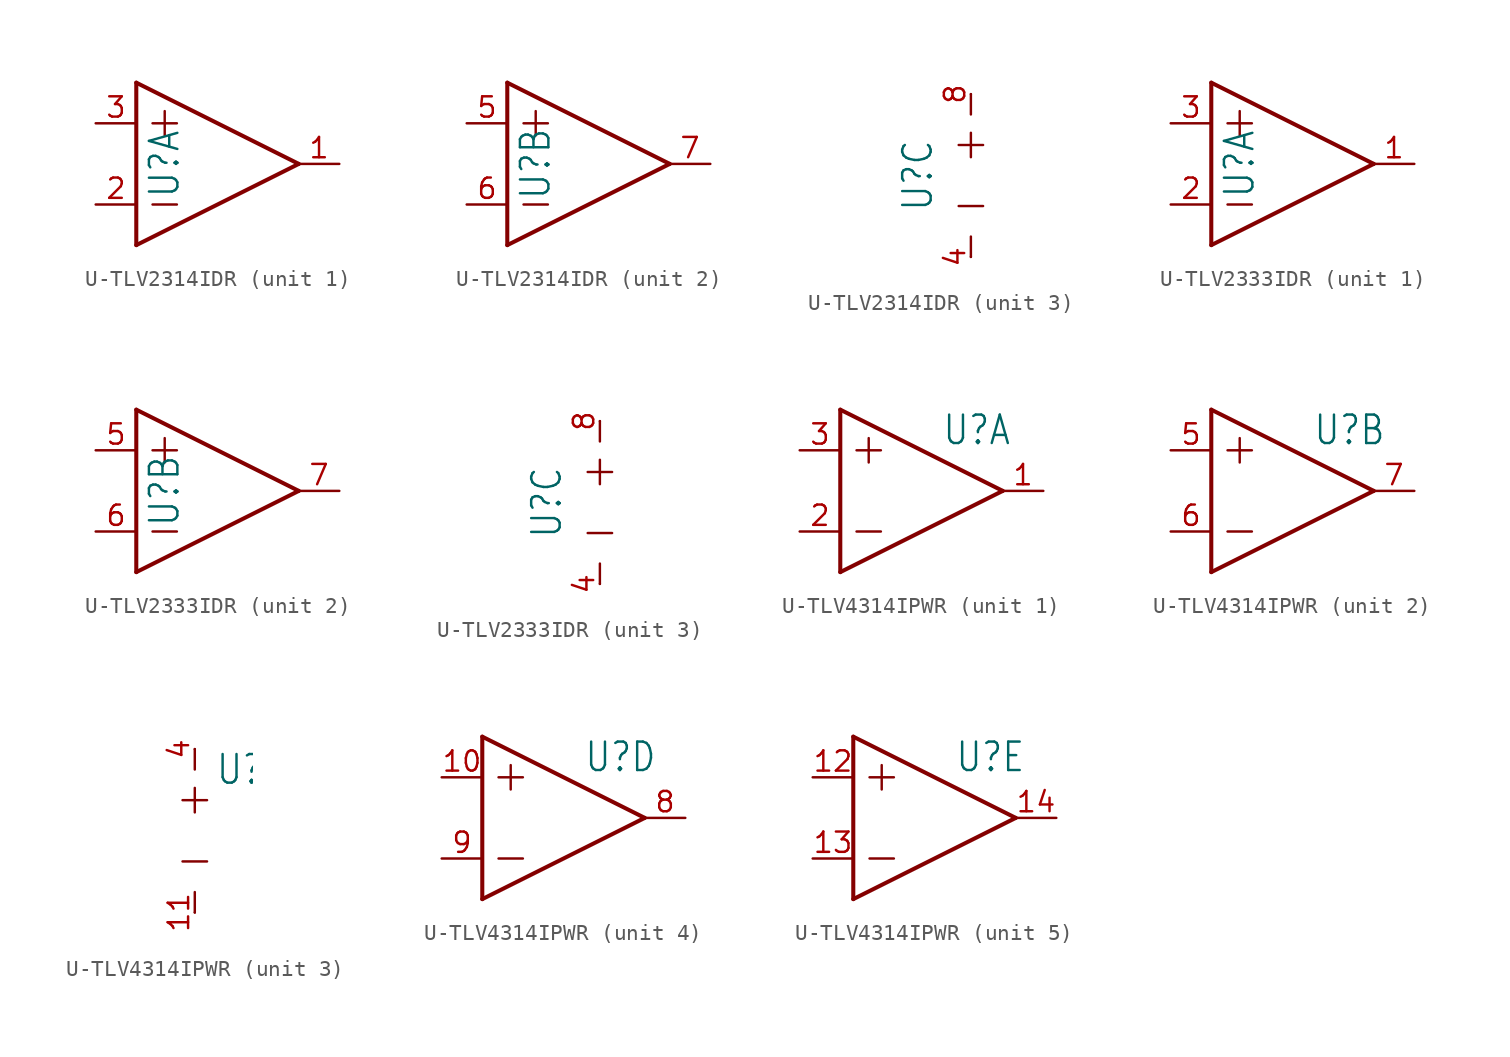
<source format=kicad_sym>
(kicad_symbol_lib
  (version 20231120)
  (generator "kicad_symbol_editor")
  (generator_version "8.0")
  (symbol "U-TLV2314IDR"
    (property "Reference" "U"
      (at -2.286 0 90)
      (effects (font (size 1.778 1.511)) (justify bottom)))
    (property "ki_locked" ""
      (at 0 0 0)
      (effects (font (size 1.27 1.27))))
    (symbol "U-TLV2314IDR_1_0"
      (polyline (pts (xy -5.08 -5.08) (xy 5.08 0)) (stroke (width 0.254) (type solid)) (fill (type none)))
      (polyline (pts (xy -5.08 5.08) (xy -5.08 -5.08)) (stroke (width 0.254) (type solid)) (fill (type none)))
      (polyline (pts (xy -4.064 -2.54) (xy -2.54 -2.54)) (stroke (width 0.152) (type solid)) (fill (type none)))
      (polyline (pts (xy -4.064 2.54) (xy -2.54 2.54)) (stroke (width 0.152) (type solid)) (fill (type none)))
      (polyline (pts (xy -3.302 3.302) (xy -3.302 1.778)) (stroke (width 0.152) (type solid)) (fill (type none)))
      (polyline (pts (xy 5.08 0) (xy -5.08 5.08)) (stroke (width 0.254) (type solid)) (fill (type none)))
      (pin passive line (at 7.62 0 180) (length 2.54) (name "OUT" (effects (font (size 0 0)))) (number "1" (effects (font (size 1.27 1.27)))))
      (pin passive line (at -7.62 -2.54 0) (length 2.54) (name "IN-" (effects (font (size 0 0)))) (number "2" (effects (font (size 1.27 1.27)))))
      (pin passive line (at -7.62 2.54 0) (length 2.54) (name "IN+" (effects (font (size 0 0)))) (number "3" (effects (font (size 1.27 1.27))))))
    (symbol "U-TLV2314IDR_2_0"
      (polyline (pts (xy -5.08 -5.08) (xy 5.08 0)) (stroke (width 0.254) (type solid)) (fill (type none)))
      (polyline (pts (xy -5.08 5.08) (xy -5.08 -5.08)) (stroke (width 0.254) (type solid)) (fill (type none)))
      (polyline (pts (xy -4.064 -2.54) (xy -2.54 -2.54)) (stroke (width 0.152) (type solid)) (fill (type none)))
      (polyline (pts (xy -4.064 2.54) (xy -2.54 2.54)) (stroke (width 0.152) (type solid)) (fill (type none)))
      (polyline (pts (xy -3.302 3.302) (xy -3.302 1.778)) (stroke (width 0.152) (type solid)) (fill (type none)))
      (polyline (pts (xy 5.08 0) (xy -5.08 5.08)) (stroke (width 0.254) (type solid)) (fill (type none)))
      (pin passive line (at -7.62 2.54 0) (length 2.54) (name "IN+" (effects (font (size 0 0)))) (number "5" (effects (font (size 1.27 1.27)))))
      (pin passive line (at -7.62 -2.54 0) (length 2.54) (name "IN-" (effects (font (size 0 0)))) (number "6" (effects (font (size 1.27 1.27)))))
      (pin passive line (at 7.62 0 180) (length 2.54) (name "OUT" (effects (font (size 0 0)))) (number "7" (effects (font (size 1.27 1.27))))))
    (symbol "U-TLV2314IDR_3_0"
      (polyline (pts (xy -0.762 -1.905) (xy 0.762 -1.905)) (stroke (width 0.152) (type solid)) (fill (type none)))
      (polyline (pts (xy -0.762 1.905) (xy 0.762 1.905)) (stroke (width 0.152) (type solid)) (fill (type none)))
      (polyline (pts (xy 0 -5.08) (xy 0 -3.81)) (stroke (width 0.152) (type solid)) (fill (type none)))
      (polyline (pts (xy 0 2.667) (xy 0 1.143)) (stroke (width 0.152) (type solid)) (fill (type none)))
      (polyline (pts (xy 0 5.08) (xy 0 3.81)) (stroke (width 0.152) (type solid)) (fill (type none)))
      (pin passive line (at 0 -5.08 90) (length 0) (name "V-" (effects (font (size 0 0)))) (number "4" (effects (font (size 1.27 1.27)))))
      (pin passive line (at 0 5.08 270) (length 0) (name "V+" (effects (font (size 0 0)))) (number "8" (effects (font (size 1.27 1.27)))))))
  (symbol "U-TLV2333IDR"
    (property "Reference" "U"
      (at -2.286 0 90)
      (effects (font (size 1.778 1.511)) (justify bottom)))
    (property "ki_locked" ""
      (at 0 0 0)
      (effects (font (size 1.27 1.27))))
    (symbol "U-TLV2333IDR_1_0"
      (polyline (pts (xy -5.08 -5.08) (xy 5.08 0)) (stroke (width 0.254) (type solid)) (fill (type none)))
      (polyline (pts (xy -5.08 5.08) (xy -5.08 -5.08)) (stroke (width 0.254) (type solid)) (fill (type none)))
      (polyline (pts (xy -4.064 -2.54) (xy -2.54 -2.54)) (stroke (width 0.152) (type solid)) (fill (type none)))
      (polyline (pts (xy -4.064 2.54) (xy -2.54 2.54)) (stroke (width 0.152) (type solid)) (fill (type none)))
      (polyline (pts (xy -3.302 3.302) (xy -3.302 1.778)) (stroke (width 0.152) (type solid)) (fill (type none)))
      (polyline (pts (xy 5.08 0) (xy -5.08 5.08)) (stroke (width 0.254) (type solid)) (fill (type none)))
      (pin passive line (at 7.62 0 180) (length 2.54) (name "OUT" (effects (font (size 0 0)))) (number "1" (effects (font (size 1.27 1.27)))))
      (pin passive line (at -7.62 -2.54 0) (length 2.54) (name "IN-" (effects (font (size 0 0)))) (number "2" (effects (font (size 1.27 1.27)))))
      (pin passive line (at -7.62 2.54 0) (length 2.54) (name "IN+" (effects (font (size 0 0)))) (number "3" (effects (font (size 1.27 1.27))))))
    (symbol "U-TLV2333IDR_2_0"
      (polyline (pts (xy -5.08 -5.08) (xy 5.08 0)) (stroke (width 0.254) (type solid)) (fill (type none)))
      (polyline (pts (xy -5.08 5.08) (xy -5.08 -5.08)) (stroke (width 0.254) (type solid)) (fill (type none)))
      (polyline (pts (xy -4.064 -2.54) (xy -2.54 -2.54)) (stroke (width 0.152) (type solid)) (fill (type none)))
      (polyline (pts (xy -4.064 2.54) (xy -2.54 2.54)) (stroke (width 0.152) (type solid)) (fill (type none)))
      (polyline (pts (xy -3.302 3.302) (xy -3.302 1.778)) (stroke (width 0.152) (type solid)) (fill (type none)))
      (polyline (pts (xy 5.08 0) (xy -5.08 5.08)) (stroke (width 0.254) (type solid)) (fill (type none)))
      (pin passive line (at -7.62 2.54 0) (length 2.54) (name "IN+" (effects (font (size 0 0)))) (number "5" (effects (font (size 1.27 1.27)))))
      (pin passive line (at -7.62 -2.54 0) (length 2.54) (name "IN-" (effects (font (size 0 0)))) (number "6" (effects (font (size 1.27 1.27)))))
      (pin passive line (at 7.62 0 180) (length 2.54) (name "OUT" (effects (font (size 0 0)))) (number "7" (effects (font (size 1.27 1.27))))))
    (symbol "U-TLV2333IDR_3_0"
      (polyline (pts (xy -0.762 -1.905) (xy 0.762 -1.905)) (stroke (width 0.152) (type solid)) (fill (type none)))
      (polyline (pts (xy -0.762 1.905) (xy 0.762 1.905)) (stroke (width 0.152) (type solid)) (fill (type none)))
      (polyline (pts (xy 0 -5.08) (xy 0 -3.81)) (stroke (width 0.152) (type solid)) (fill (type none)))
      (polyline (pts (xy 0 2.667) (xy 0 1.143)) (stroke (width 0.152) (type solid)) (fill (type none)))
      (polyline (pts (xy 0 5.08) (xy 0 3.81)) (stroke (width 0.152) (type solid)) (fill (type none)))
      (pin passive line (at 0 -5.08 90) (length 0) (name "V-" (effects (font (size 0 0)))) (number "4" (effects (font (size 1.27 1.27)))))
      (pin passive line (at 0 5.08 270) (length 0) (name "V+" (effects (font (size 0 0)))) (number "8" (effects (font (size 1.27 1.27)))))))
  (symbol "U-TLV4314IPWR"
    (property "Reference" "U"
      (at 1.27 3.81 0)
      (effects (font (size 1.778 1.511)) (justify left)))
    (property "ki_locked" ""
      (at 0 0 0)
      (effects (font (size 1.27 1.27))))
    (symbol "U-TLV4314IPWR_1_0"
      (polyline (pts (xy -5.08 -5.08) (xy 5.08 0)) (stroke (width 0.254) (type solid)) (fill (type none)))
      (polyline (pts (xy -5.08 5.08) (xy -5.08 -5.08)) (stroke (width 0.254) (type solid)) (fill (type none)))
      (polyline (pts (xy -4.064 -2.54) (xy -2.54 -2.54)) (stroke (width 0.152) (type solid)) (fill (type none)))
      (polyline (pts (xy -4.064 2.54) (xy -2.54 2.54)) (stroke (width 0.152) (type solid)) (fill (type none)))
      (polyline (pts (xy -3.302 3.302) (xy -3.302 1.778)) (stroke (width 0.152) (type solid)) (fill (type none)))
      (polyline (pts (xy 5.08 0) (xy -5.08 5.08)) (stroke (width 0.254) (type solid)) (fill (type none)))
      (pin passive line (at 7.62 0 180) (length 2.54) (name "OUT" (effects (font (size 0 0)))) (number "1" (effects (font (size 1.27 1.27)))))
      (pin passive line (at -7.62 -2.54 0) (length 2.54) (name "IN-" (effects (font (size 0 0)))) (number "2" (effects (font (size 1.27 1.27)))))
      (pin passive line (at -7.62 2.54 0) (length 2.54) (name "IN+" (effects (font (size 0 0)))) (number "3" (effects (font (size 1.27 1.27))))))
    (symbol "U-TLV4314IPWR_2_0"
      (polyline (pts (xy -5.08 -5.08) (xy 5.08 0)) (stroke (width 0.254) (type solid)) (fill (type none)))
      (polyline (pts (xy -5.08 5.08) (xy -5.08 -5.08)) (stroke (width 0.254) (type solid)) (fill (type none)))
      (polyline (pts (xy -4.064 -2.54) (xy -2.54 -2.54)) (stroke (width 0.152) (type solid)) (fill (type none)))
      (polyline (pts (xy -4.064 2.54) (xy -2.54 2.54)) (stroke (width 0.152) (type solid)) (fill (type none)))
      (polyline (pts (xy -3.302 3.302) (xy -3.302 1.778)) (stroke (width 0.152) (type solid)) (fill (type none)))
      (polyline (pts (xy 5.08 0) (xy -5.08 5.08)) (stroke (width 0.254) (type solid)) (fill (type none)))
      (pin passive line (at -7.62 2.54 0) (length 2.54) (name "IN+" (effects (font (size 0 0)))) (number "5" (effects (font (size 1.27 1.27)))))
      (pin passive line (at -7.62 -2.54 0) (length 2.54) (name "IN-" (effects (font (size 0 0)))) (number "6" (effects (font (size 1.27 1.27)))))
      (pin passive line (at 7.62 0 180) (length 2.54) (name "OUT" (effects (font (size 0 0)))) (number "7" (effects (font (size 1.27 1.27))))))
    (symbol "U-TLV4314IPWR_3_0"
      (polyline (pts (xy -0.762 -1.905) (xy 0.762 -1.905)) (stroke (width 0.152) (type solid)) (fill (type none)))
      (polyline (pts (xy -0.762 1.905) (xy 0.762 1.905)) (stroke (width 0.152) (type solid)) (fill (type none)))
      (polyline (pts (xy 0 -5.08) (xy 0 -3.81)) (stroke (width 0.152) (type solid)) (fill (type none)))
      (polyline (pts (xy 0 2.667) (xy 0 1.143)) (stroke (width 0.152) (type solid)) (fill (type none)))
      (polyline (pts (xy 0 5.08) (xy 0 3.81)) (stroke (width 0.152) (type solid)) (fill (type none)))
      (pin passive line (at 0 -5.08 90) (length 0) (name "V-" (effects (font (size 0 0)))) (number "11" (effects (font (size 1.27 1.27)))))
      (pin passive line (at 0 5.08 270) (length 0) (name "V+" (effects (font (size 0 0)))) (number "4" (effects (font (size 1.27 1.27))))))
    (symbol "U-TLV4314IPWR_4_0"
      (polyline (pts (xy -5.08 -5.08) (xy 5.08 0)) (stroke (width 0.254) (type solid)) (fill (type none)))
      (polyline (pts (xy -5.08 5.08) (xy -5.08 -5.08)) (stroke (width 0.254) (type solid)) (fill (type none)))
      (polyline (pts (xy -4.064 -2.54) (xy -2.54 -2.54)) (stroke (width 0.152) (type solid)) (fill (type none)))
      (polyline (pts (xy -4.064 2.54) (xy -2.54 2.54)) (stroke (width 0.152) (type solid)) (fill (type none)))
      (polyline (pts (xy -3.302 3.302) (xy -3.302 1.778)) (stroke (width 0.152) (type solid)) (fill (type none)))
      (polyline (pts (xy 5.08 0) (xy -5.08 5.08)) (stroke (width 0.254) (type solid)) (fill (type none)))
      (pin passive line (at -7.62 2.54 0) (length 2.54) (name "IN+" (effects (font (size 0 0)))) (number "10" (effects (font (size 1.27 1.27)))))
      (pin passive line (at 7.62 0 180) (length 2.54) (name "OUT" (effects (font (size 0 0)))) (number "8" (effects (font (size 1.27 1.27)))))
      (pin passive line (at -7.62 -2.54 0) (length 2.54) (name "IN-" (effects (font (size 0 0)))) (number "9" (effects (font (size 1.27 1.27))))))
    (symbol "U-TLV4314IPWR_5_0"
      (polyline (pts (xy -5.08 -5.08) (xy 5.08 0)) (stroke (width 0.254) (type solid)) (fill (type none)))
      (polyline (pts (xy -5.08 5.08) (xy -5.08 -5.08)) (stroke (width 0.254) (type solid)) (fill (type none)))
      (polyline (pts (xy -4.064 -2.54) (xy -2.54 -2.54)) (stroke (width 0.152) (type solid)) (fill (type none)))
      (polyline (pts (xy -4.064 2.54) (xy -2.54 2.54)) (stroke (width 0.152) (type solid)) (fill (type none)))
      (polyline (pts (xy -3.302 3.302) (xy -3.302 1.778)) (stroke (width 0.152) (type solid)) (fill (type none)))
      (polyline (pts (xy 5.08 0) (xy -5.08 5.08)) (stroke (width 0.254) (type solid)) (fill (type none)))
      (pin passive line (at -7.62 2.54 0) (length 2.54) (name "IN+" (effects (font (size 0 0)))) (number "12" (effects (font (size 1.27 1.27)))))
      (pin passive line (at -7.62 -2.54 0) (length 2.54) (name "IN-" (effects (font (size 0 0)))) (number "13" (effects (font (size 1.27 1.27)))))
      (pin passive line (at 7.62 0 180) (length 2.54) (name "OUT" (effects (font (size 0 0)))) (number "14" (effects (font (size 1.27 1.27))))))))
</source>
